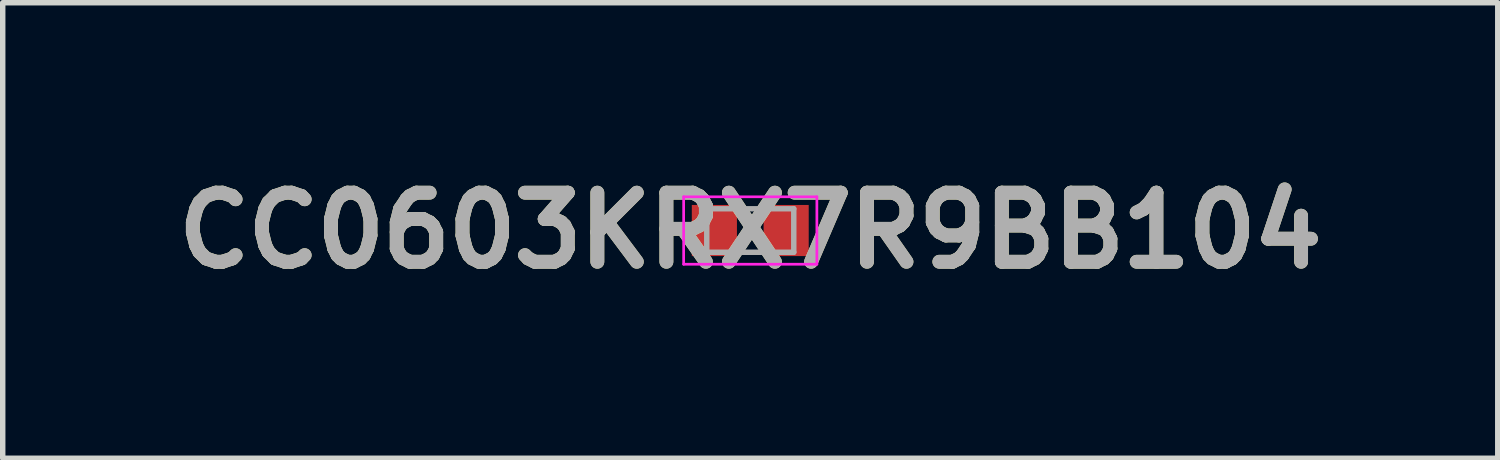
<source format=kicad_pcb>
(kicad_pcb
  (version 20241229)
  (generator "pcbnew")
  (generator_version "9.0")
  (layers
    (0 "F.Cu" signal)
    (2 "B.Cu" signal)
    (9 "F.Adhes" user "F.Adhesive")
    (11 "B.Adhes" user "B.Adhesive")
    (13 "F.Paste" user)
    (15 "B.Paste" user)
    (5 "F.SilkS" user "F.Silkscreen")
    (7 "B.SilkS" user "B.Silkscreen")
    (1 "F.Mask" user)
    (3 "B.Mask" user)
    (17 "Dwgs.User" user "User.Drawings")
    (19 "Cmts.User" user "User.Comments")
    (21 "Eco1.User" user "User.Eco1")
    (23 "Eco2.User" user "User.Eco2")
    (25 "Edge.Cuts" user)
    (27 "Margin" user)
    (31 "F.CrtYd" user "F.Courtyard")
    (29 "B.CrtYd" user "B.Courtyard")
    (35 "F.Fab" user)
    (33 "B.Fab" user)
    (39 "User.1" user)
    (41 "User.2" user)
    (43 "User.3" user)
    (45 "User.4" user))
  (footprint "CC0603KRX7R9BB104"
    (layer "F.Cu")
    (at 10.747 1.189)
    (property "Reference" "CC0603KRX7R9BB104" (at 0 0 0) (layer "F.SilkS") (effects (font (size 1.27 1.27) (thickness 0.254))))
    (attr smd)
    (fp_line (start -1.225 -0.62) (end 1.225 -0.62) (stroke (width 0.05) (type solid)) (layer "F.CrtYd"))
    (fp_line (start -1.225 0.62) (end -1.225 -0.62) (stroke (width 0.05) (type solid)) (layer "F.CrtYd"))
    (fp_line (start 1.225 -0.62) (end 1.225 0.62) (stroke (width 0.05) (type solid)) (layer "F.CrtYd"))
    (fp_line (start 1.225 0.62) (end -1.225 0.62) (stroke (width 0.05) (type solid)) (layer "F.CrtYd"))
    (fp_line (start -0.8 -0.4) (end 0.8 -0.4) (stroke (width 0.1) (type solid)) (layer "F.Fab"))
    (fp_line (start -0.8 0.4) (end -0.8 -0.4) (stroke (width 0.1) (type solid)) (layer "F.Fab"))
    (fp_line (start 0.8 -0.4) (end 0.8 0.4) (stroke (width 0.1) (type solid)) (layer "F.Fab"))
    (fp_line (start 0.8 0.4) (end -0.8 0.4) (stroke (width 0.1) (type solid)) (layer "F.Fab"))
    (fp_text user "${REFERENCE}" (at 0 0 0) (layer "F.Fab") (effects (font (size 1.27 1.27) (thickness 0.254))))
    (pad "1" smd rect (at -0.66 0) (size 0.83 0.94) (layers "F.Cu" "F.Mask" "F.Paste"))
    (pad "2" smd rect (at 0.66 0) (size 0.83 0.94) (layers "F.Cu" "F.Mask" "F.Paste")))
  (gr_rect
    (start -3 -3)
    (end 24.493 5.377)
    (stroke (width 0.1) (type default))
    (fill no)
    (layer "Edge.Cuts")))
</source>
